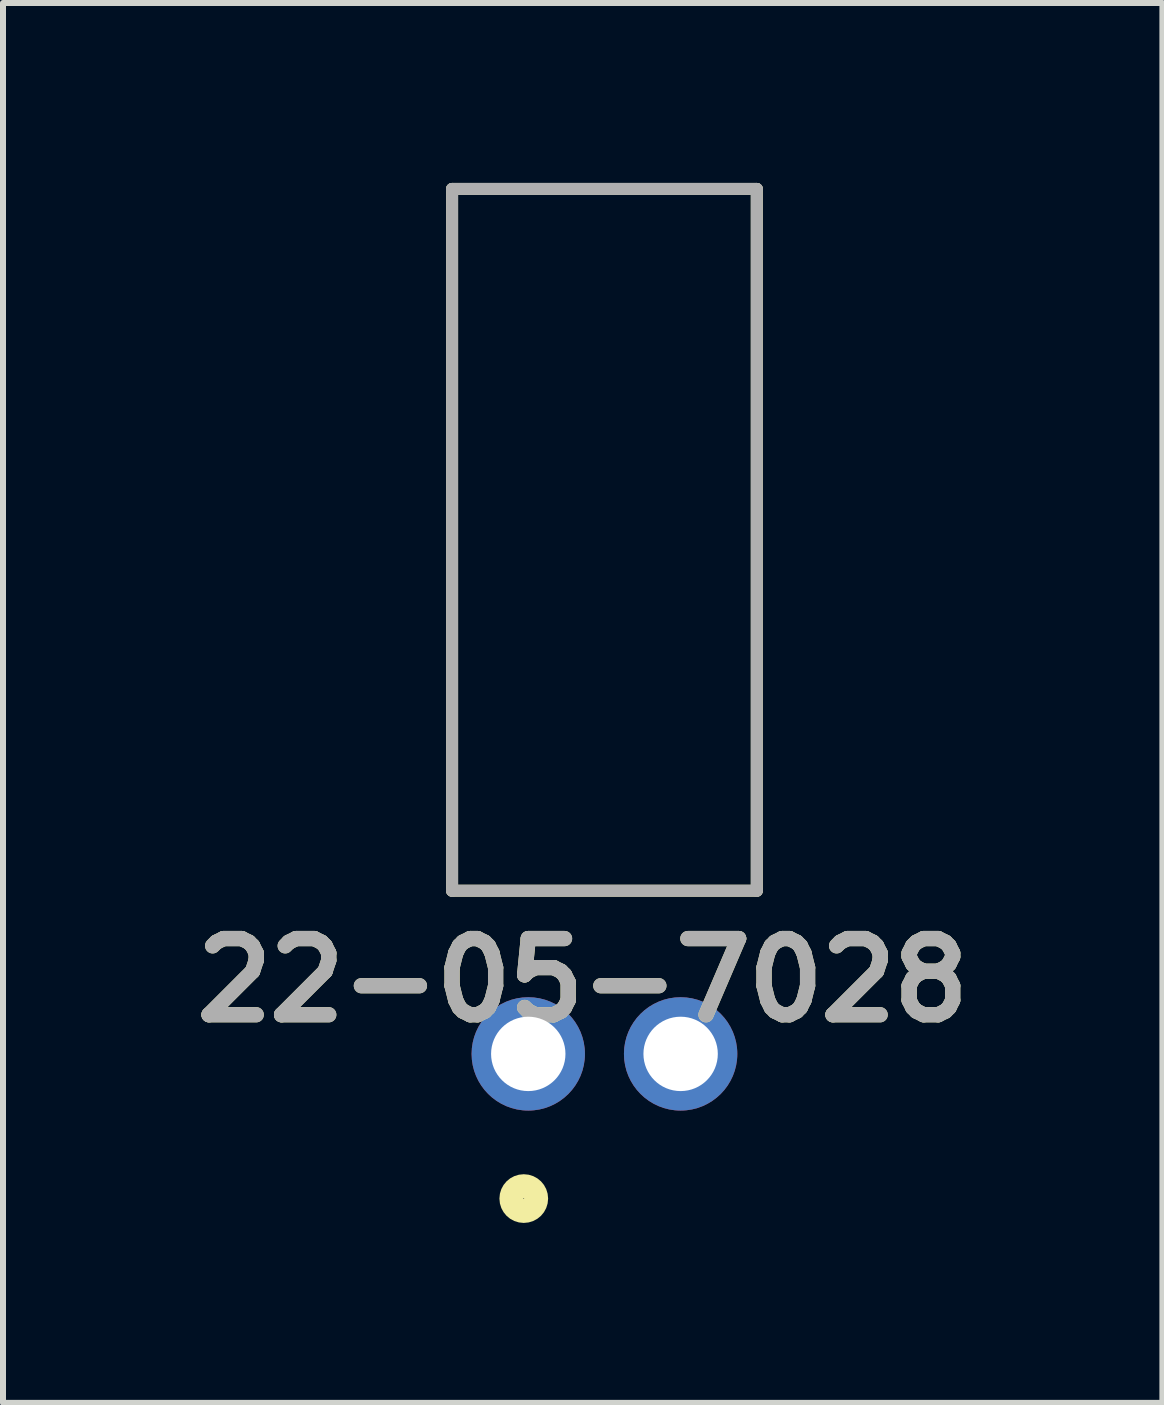
<source format=kicad_pcb>
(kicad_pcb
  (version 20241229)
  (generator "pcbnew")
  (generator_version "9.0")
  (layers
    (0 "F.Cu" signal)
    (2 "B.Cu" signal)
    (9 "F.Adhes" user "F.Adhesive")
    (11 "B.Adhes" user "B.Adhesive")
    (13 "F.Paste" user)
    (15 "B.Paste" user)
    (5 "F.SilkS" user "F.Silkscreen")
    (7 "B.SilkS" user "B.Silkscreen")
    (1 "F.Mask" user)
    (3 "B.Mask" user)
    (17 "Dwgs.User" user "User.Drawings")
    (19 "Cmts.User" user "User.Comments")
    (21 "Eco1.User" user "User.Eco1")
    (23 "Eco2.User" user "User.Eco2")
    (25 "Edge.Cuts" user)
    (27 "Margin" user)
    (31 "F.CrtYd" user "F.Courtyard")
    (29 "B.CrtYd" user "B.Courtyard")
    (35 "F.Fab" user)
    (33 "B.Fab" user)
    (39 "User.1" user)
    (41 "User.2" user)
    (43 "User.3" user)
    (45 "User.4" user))
  (footprint "22-05-7028"
    (layer "F.Cu")
    (at 4.487 11.8)
    (property "Reference" "22-05-7028" (at 2.177 1.493 0) (layer "F.SilkS") (effects (font (size 1.27 1.27) (thickness 0.254))))
    (attr through_hole)
    (fp_line (start 0 -11.7) (end 0 0) (stroke (width 0.2) (type solid)) (layer "F.SilkS"))
    (fp_line (start 0 0) (end 5.08 0) (stroke (width 0.2) (type solid)) (layer "F.SilkS"))
    (fp_line (start 5.08 -11.7) (end 0 -11.7) (stroke (width 0.2) (type solid)) (layer "F.SilkS"))
    (fp_line (start 5.08 0) (end 5.08 -11.7) (stroke (width 0.2) (type solid)) (layer "F.SilkS"))
    (fp_circle (center 1.195 5.132) (end 1.195 5.338) (stroke (width 0.4) (type solid)) (fill no) (layer "F.SilkS"))
    (fp_line (start 0 -11.7) (end 5.08 -11.7) (stroke (width 0.2) (type solid)) (layer "F.Fab"))
    (fp_line (start 0 0) (end 0 -11.7) (stroke (width 0.2) (type solid)) (layer "F.Fab"))
    (fp_line (start 5.08 -11.7) (end 5.08 0) (stroke (width 0.2) (type solid)) (layer "F.Fab"))
    (fp_line (start 5.08 0) (end 0 0) (stroke (width 0.2) (type solid)) (layer "F.Fab"))
    (fp_text user "${REFERENCE}" (at 2.177 1.493 0) (layer "F.Fab") (effects (font (size 1.27 1.27) (thickness 0.254))))
    (pad "1" thru_hole circle (at 1.27 2.72) (size 1.89 1.89) (drill 1.24) (layers "*.Cu" "*.Mask"))
    (pad "2" thru_hole circle (at 3.81 2.72) (size 1.89 1.89) (drill 1.24) (layers "*.Cu" "*.Mask")))
  (gr_rect
    (start -3 -3)
    (end 16.329 20.338)
    (stroke (width 0.1) (type default))
    (fill no)
    (layer "Edge.Cuts")))
</source>
